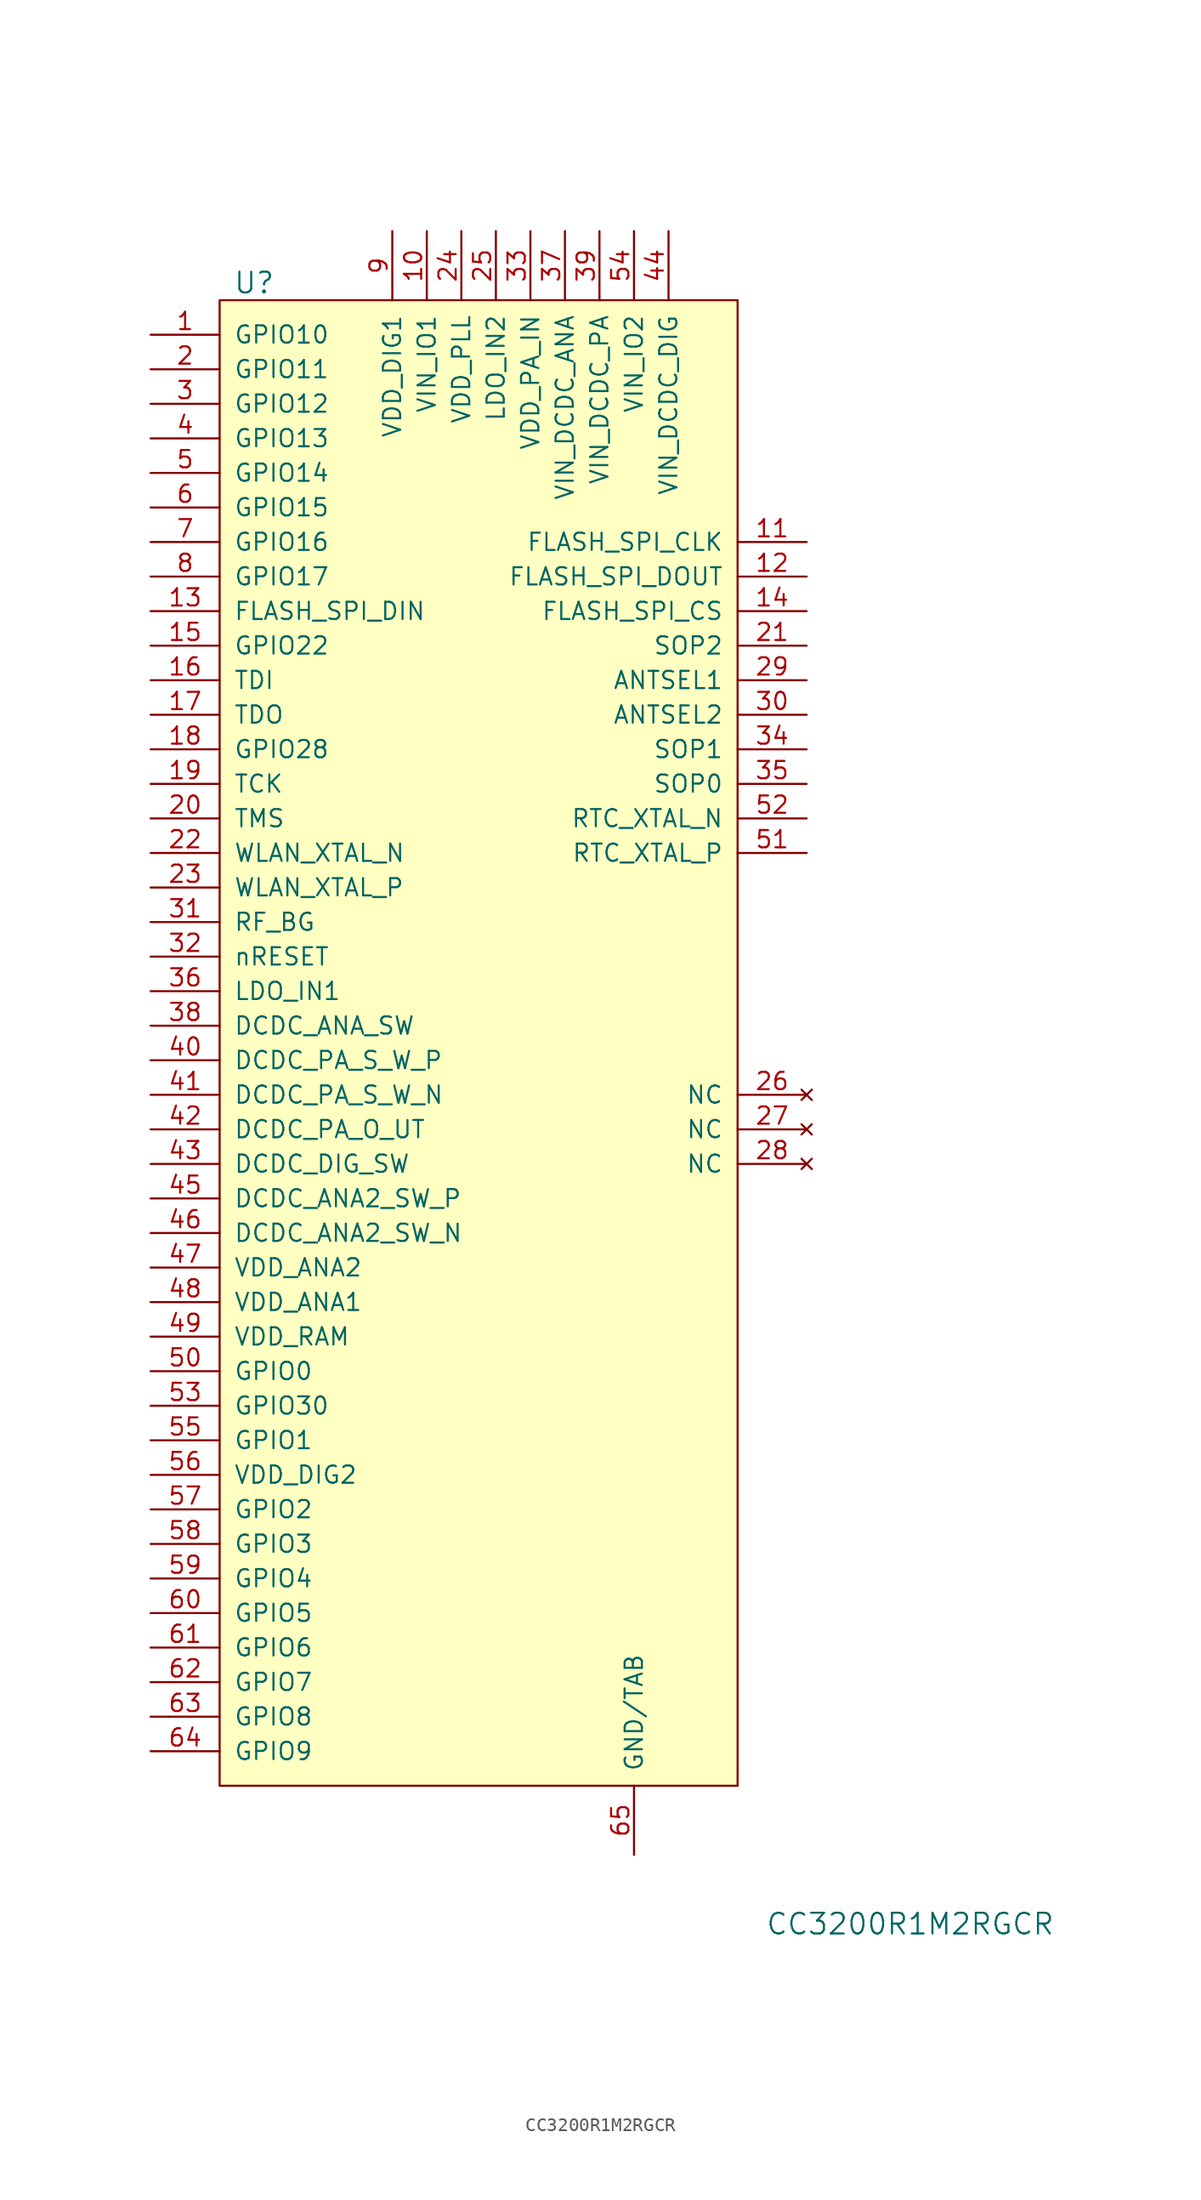
<source format=kicad_sym>
(kicad_symbol_lib
  (version 20211014)
  (generator kicad_symbol_editor)
  (symbol "CC3200R1M2RGCR"
    (pin_names
      (offset 1.016))
    (property "Reference" "U"
      (at -12.7 41.91 0)
      (effects (font (size 1.524 1.524))))
    (property "Value" "CC3200R1M2RGCR"
      (at 35.56 -78.74 0)
      (effects (font (size 1.524 1.524))))
    (symbol "CC3200R1M2RGCR_0_1"
      (rectangle (start -15.24 40.64) (end 22.86 -68.58) (stroke (width 0) (type default) (color 0 0 0 0)) (fill (type background))))
    (symbol "CC3200R1M2RGCR_1_1"
      (pin bidirectional line (at -20.32 38.1 0) (length 5.08) (name "GPIO10" (effects (font (size 1.27 1.27)))) (number "1" (effects (font (size 1.27 1.27)))))
      (pin power_in line (at 0 45.72 270) (length 5.08) (name "VIN_IO1" (effects (font (size 1.27 1.27)))) (number "10" (effects (font (size 1.27 1.27)))))
      (pin output line (at 27.94 22.86 180) (length 5.08) (name "FLASH_SPI_CLK" (effects (font (size 1.27 1.27)))) (number "11" (effects (font (size 1.27 1.27)))))
      (pin output line (at 27.94 20.32 180) (length 5.08) (name "FLASH_SPI_DOUT" (effects (font (size 1.27 1.27)))) (number "12" (effects (font (size 1.27 1.27)))))
      (pin input line (at -20.32 17.78 0) (length 5.08) (name "FLASH_SPI_DIN" (effects (font (size 1.27 1.27)))) (number "13" (effects (font (size 1.27 1.27)))))
      (pin output line (at 27.94 17.78 180) (length 5.08) (name "FLASH_SPI_CS" (effects (font (size 1.27 1.27)))) (number "14" (effects (font (size 1.27 1.27)))))
      (pin bidirectional line (at -20.32 15.24 0) (length 5.08) (name "GPIO22" (effects (font (size 1.27 1.27)))) (number "15" (effects (font (size 1.27 1.27)))))
      (pin bidirectional line (at -20.32 12.7 0) (length 5.08) (name "TDI" (effects (font (size 1.27 1.27)))) (number "16" (effects (font (size 1.27 1.27)))))
      (pin bidirectional line (at -20.32 10.16 0) (length 5.08) (name "TDO" (effects (font (size 1.27 1.27)))) (number "17" (effects (font (size 1.27 1.27)))))
      (pin bidirectional line (at -20.32 7.62 0) (length 5.08) (name "GPIO28" (effects (font (size 1.27 1.27)))) (number "18" (effects (font (size 1.27 1.27)))))
      (pin bidirectional line (at -20.32 5.08 0) (length 5.08) (name "TCK" (effects (font (size 1.27 1.27)))) (number "19" (effects (font (size 1.27 1.27)))))
      (pin bidirectional line (at -20.32 35.56 0) (length 5.08) (name "GPIO11" (effects (font (size 1.27 1.27)))) (number "2" (effects (font (size 1.27 1.27)))))
      (pin bidirectional line (at -20.32 2.54 0) (length 5.08) (name "TMS" (effects (font (size 1.27 1.27)))) (number "20" (effects (font (size 1.27 1.27)))))
      (pin output line (at 27.94 15.24 180) (length 5.08) (name "SOP2" (effects (font (size 1.27 1.27)))) (number "21" (effects (font (size 1.27 1.27)))))
      (pin input line (at -20.32 0 0) (length 5.08) (name "WLAN_XTAL_N" (effects (font (size 1.27 1.27)))) (number "22" (effects (font (size 1.27 1.27)))))
      (pin input line (at -20.32 -2.54 0) (length 5.08) (name "WLAN_XTAL_P" (effects (font (size 1.27 1.27)))) (number "23" (effects (font (size 1.27 1.27)))))
      (pin power_in line (at 2.54 45.72 270) (length 5.08) (name "VDD_PLL" (effects (font (size 1.27 1.27)))) (number "24" (effects (font (size 1.27 1.27)))))
      (pin power_in line (at 5.08 45.72 270) (length 5.08) (name "LDO_IN2" (effects (font (size 1.27 1.27)))) (number "25" (effects (font (size 1.27 1.27)))))
      (pin no_connect line (at 27.94 -17.78 180) (length 5.08) (name "NC" (effects (font (size 1.27 1.27)))) (number "26" (effects (font (size 1.27 1.27)))))
      (pin no_connect line (at 27.94 -20.32 180) (length 5.08) (name "NC" (effects (font (size 1.27 1.27)))) (number "27" (effects (font (size 1.27 1.27)))))
      (pin no_connect line (at 27.94 -22.86 180) (length 5.08) (name "NC" (effects (font (size 1.27 1.27)))) (number "28" (effects (font (size 1.27 1.27)))))
      (pin output line (at 27.94 12.7 180) (length 5.08) (name "ANTSEL1" (effects (font (size 1.27 1.27)))) (number "29" (effects (font (size 1.27 1.27)))))
      (pin bidirectional line (at -20.32 33.02 0) (length 5.08) (name "GPIO12" (effects (font (size 1.27 1.27)))) (number "3" (effects (font (size 1.27 1.27)))))
      (pin output line (at 27.94 10.16 180) (length 5.08) (name "ANTSEL2" (effects (font (size 1.27 1.27)))) (number "30" (effects (font (size 1.27 1.27)))))
      (pin bidirectional line (at -20.32 -5.08 0) (length 5.08) (name "RF_BG" (effects (font (size 1.27 1.27)))) (number "31" (effects (font (size 1.27 1.27)))))
      (pin input line (at -20.32 -7.62 0) (length 5.08) (name "nRESET" (effects (font (size 1.27 1.27)))) (number "32" (effects (font (size 1.27 1.27)))))
      (pin power_in line (at 7.62 45.72 270) (length 5.08) (name "VDD_PA_IN" (effects (font (size 1.27 1.27)))) (number "33" (effects (font (size 1.27 1.27)))))
      (pin output line (at 27.94 7.62 180) (length 5.08) (name "SOP1" (effects (font (size 1.27 1.27)))) (number "34" (effects (font (size 1.27 1.27)))))
      (pin output line (at 27.94 5.08 180) (length 5.08) (name "SOP0" (effects (font (size 1.27 1.27)))) (number "35" (effects (font (size 1.27 1.27)))))
      (pin input line (at -20.32 -10.16 0) (length 5.08) (name "LDO_IN1" (effects (font (size 1.27 1.27)))) (number "36" (effects (font (size 1.27 1.27)))))
      (pin power_in line (at 10.16 45.72 270) (length 5.08) (name "VIN_DCDC_ANA" (effects (font (size 1.27 1.27)))) (number "37" (effects (font (size 1.27 1.27)))))
      (pin input line (at -20.32 -12.7 0) (length 5.08) (name "DCDC_ANA_SW" (effects (font (size 1.27 1.27)))) (number "38" (effects (font (size 1.27 1.27)))))
      (pin power_in line (at 12.7 45.72 270) (length 5.08) (name "VIN_DCDC_PA" (effects (font (size 1.27 1.27)))) (number "39" (effects (font (size 1.27 1.27)))))
      (pin bidirectional line (at -20.32 30.48 0) (length 5.08) (name "GPIO13" (effects (font (size 1.27 1.27)))) (number "4" (effects (font (size 1.27 1.27)))))
      (pin input line (at -20.32 -15.24 0) (length 5.08) (name "DCDC_PA_S_W_P" (effects (font (size 1.27 1.27)))) (number "40" (effects (font (size 1.27 1.27)))))
      (pin input line (at -20.32 -17.78 0) (length 5.08) (name "DCDC_PA_S_W_N" (effects (font (size 1.27 1.27)))) (number "41" (effects (font (size 1.27 1.27)))))
      (pin input line (at -20.32 -20.32 0) (length 5.08) (name "DCDC_PA_O_UT" (effects (font (size 1.27 1.27)))) (number "42" (effects (font (size 1.27 1.27)))))
      (pin input line (at -20.32 -22.86 0) (length 5.08) (name "DCDC_DIG_SW" (effects (font (size 1.27 1.27)))) (number "43" (effects (font (size 1.27 1.27)))))
      (pin power_in line (at 17.78 45.72 270) (length 5.08) (name "VIN_DCDC_DIG" (effects (font (size 1.27 1.27)))) (number "44" (effects (font (size 1.27 1.27)))))
      (pin bidirectional line (at -20.32 -25.4 0) (length 5.08) (name "DCDC_ANA2_SW_P" (effects (font (size 1.27 1.27)))) (number "45" (effects (font (size 1.27 1.27)))))
      (pin input line (at -20.32 -27.94 0) (length 5.08) (name "DCDC_ANA2_SW_N" (effects (font (size 1.27 1.27)))) (number "46" (effects (font (size 1.27 1.27)))))
      (pin input line (at -20.32 -30.48 0) (length 5.08) (name "VDD_ANA2" (effects (font (size 1.27 1.27)))) (number "47" (effects (font (size 1.27 1.27)))))
      (pin input line (at -20.32 -33.02 0) (length 5.08) (name "VDD_ANA1" (effects (font (size 1.27 1.27)))) (number "48" (effects (font (size 1.27 1.27)))))
      (pin input line (at -20.32 -35.56 0) (length 5.08) (name "VDD_RAM" (effects (font (size 1.27 1.27)))) (number "49" (effects (font (size 1.27 1.27)))))
      (pin bidirectional line (at -20.32 27.94 0) (length 5.08) (name "GPIO14" (effects (font (size 1.27 1.27)))) (number "5" (effects (font (size 1.27 1.27)))))
      (pin bidirectional line (at -20.32 -38.1 0) (length 5.08) (name "GPIO0" (effects (font (size 1.27 1.27)))) (number "50" (effects (font (size 1.27 1.27)))))
      (pin output line (at 27.94 0 180) (length 5.08) (name "RTC_XTAL_P" (effects (font (size 1.27 1.27)))) (number "51" (effects (font (size 1.27 1.27)))))
      (pin output line (at 27.94 2.54 180) (length 5.08) (name "RTC_XTAL_N" (effects (font (size 1.27 1.27)))) (number "52" (effects (font (size 1.27 1.27)))))
      (pin bidirectional line (at -20.32 -40.64 0) (length 5.08) (name "GPIO30" (effects (font (size 1.27 1.27)))) (number "53" (effects (font (size 1.27 1.27)))))
      (pin power_in line (at 15.24 45.72 270) (length 5.08) (name "VIN_IO2" (effects (font (size 1.27 1.27)))) (number "54" (effects (font (size 1.27 1.27)))))
      (pin bidirectional line (at -20.32 -43.18 0) (length 5.08) (name "GPIO1" (effects (font (size 1.27 1.27)))) (number "55" (effects (font (size 1.27 1.27)))))
      (pin input line (at -20.32 -45.72 0) (length 5.08) (name "VDD_DIG2" (effects (font (size 1.27 1.27)))) (number "56" (effects (font (size 1.27 1.27)))))
      (pin bidirectional line (at -20.32 -48.26 0) (length 5.08) (name "GPIO2" (effects (font (size 1.27 1.27)))) (number "57" (effects (font (size 1.27 1.27)))))
      (pin bidirectional line (at -20.32 -50.8 0) (length 5.08) (name "GPIO3" (effects (font (size 1.27 1.27)))) (number "58" (effects (font (size 1.27 1.27)))))
      (pin bidirectional line (at -20.32 -53.34 0) (length 5.08) (name "GPIO4" (effects (font (size 1.27 1.27)))) (number "59" (effects (font (size 1.27 1.27)))))
      (pin bidirectional line (at -20.32 25.4 0) (length 5.08) (name "GPIO15" (effects (font (size 1.27 1.27)))) (number "6" (effects (font (size 1.27 1.27)))))
      (pin bidirectional line (at -20.32 -55.88 0) (length 5.08) (name "GPIO5" (effects (font (size 1.27 1.27)))) (number "60" (effects (font (size 1.27 1.27)))))
      (pin bidirectional line (at -20.32 -58.42 0) (length 5.08) (name "GPIO6" (effects (font (size 1.27 1.27)))) (number "61" (effects (font (size 1.27 1.27)))))
      (pin bidirectional line (at -20.32 -60.96 0) (length 5.08) (name "GPIO7" (effects (font (size 1.27 1.27)))) (number "62" (effects (font (size 1.27 1.27)))))
      (pin bidirectional line (at -20.32 -63.5 0) (length 5.08) (name "GPIO8" (effects (font (size 1.27 1.27)))) (number "63" (effects (font (size 1.27 1.27)))))
      (pin bidirectional line (at -20.32 -66.04 0) (length 5.08) (name "GPIO9" (effects (font (size 1.27 1.27)))) (number "64" (effects (font (size 1.27 1.27)))))
      (pin power_in line (at 15.24 -73.66 90) (length 5.08) (name "GND/TAB" (effects (font (size 1.27 1.27)))) (number "65" (effects (font (size 1.27 1.27)))))
      (pin bidirectional line (at -20.32 22.86 0) (length 5.08) (name "GPIO16" (effects (font (size 1.27 1.27)))) (number "7" (effects (font (size 1.27 1.27)))))
      (pin bidirectional line (at -20.32 20.32 0) (length 5.08) (name "GPIO17" (effects (font (size 1.27 1.27)))) (number "8" (effects (font (size 1.27 1.27)))))
      (pin power_in line (at -2.54 45.72 270) (length 5.08) (name "VDD_DIG1" (effects (font (size 1.27 1.27)))) (number "9" (effects (font (size 1.27 1.27))))))))
</source>
